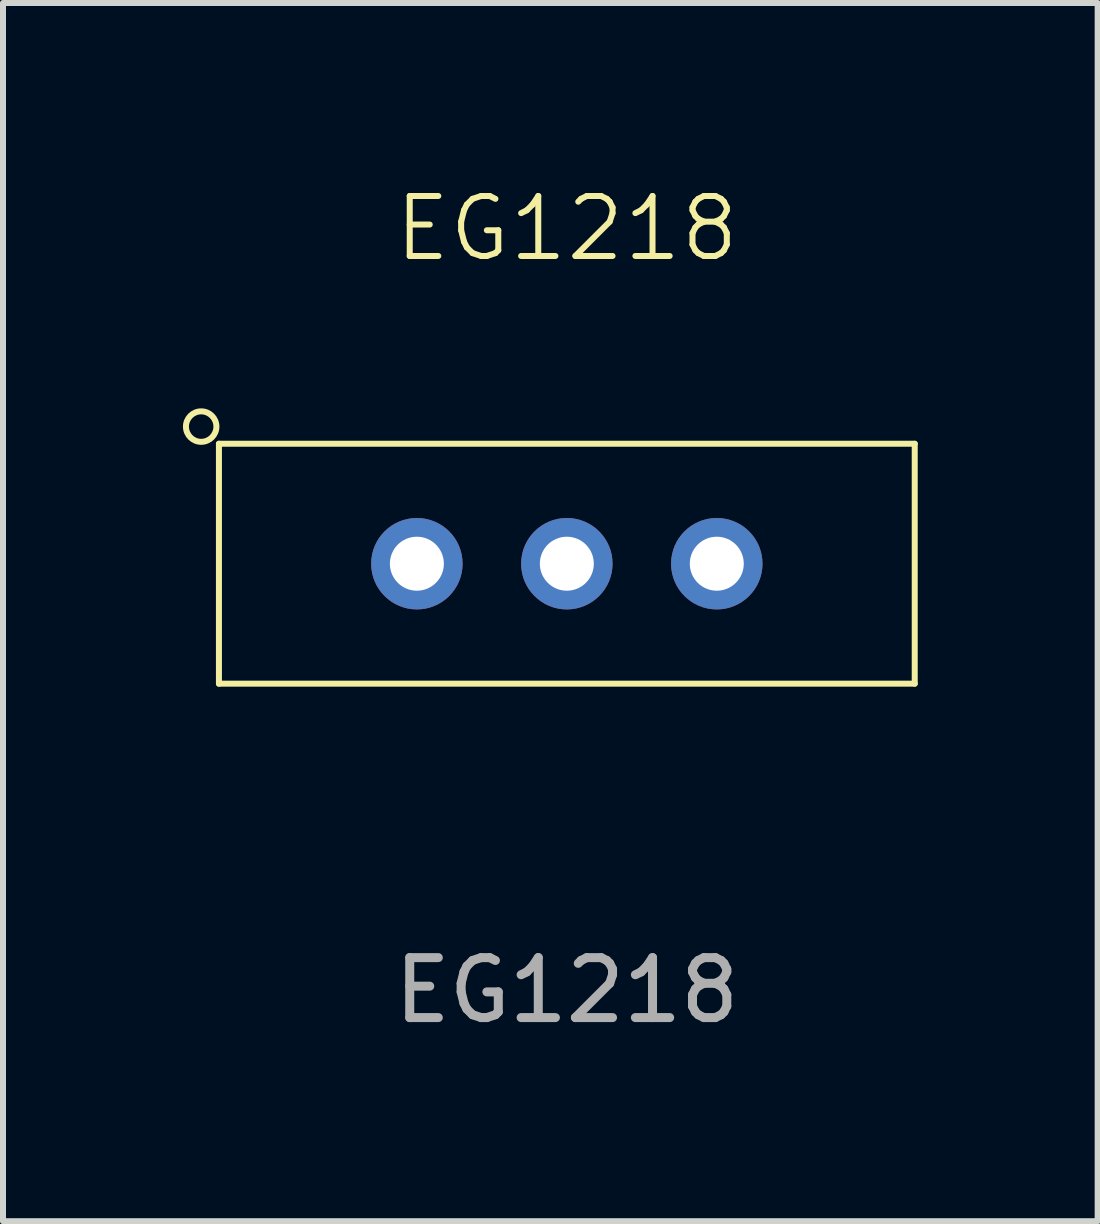
<source format=kicad_pcb>
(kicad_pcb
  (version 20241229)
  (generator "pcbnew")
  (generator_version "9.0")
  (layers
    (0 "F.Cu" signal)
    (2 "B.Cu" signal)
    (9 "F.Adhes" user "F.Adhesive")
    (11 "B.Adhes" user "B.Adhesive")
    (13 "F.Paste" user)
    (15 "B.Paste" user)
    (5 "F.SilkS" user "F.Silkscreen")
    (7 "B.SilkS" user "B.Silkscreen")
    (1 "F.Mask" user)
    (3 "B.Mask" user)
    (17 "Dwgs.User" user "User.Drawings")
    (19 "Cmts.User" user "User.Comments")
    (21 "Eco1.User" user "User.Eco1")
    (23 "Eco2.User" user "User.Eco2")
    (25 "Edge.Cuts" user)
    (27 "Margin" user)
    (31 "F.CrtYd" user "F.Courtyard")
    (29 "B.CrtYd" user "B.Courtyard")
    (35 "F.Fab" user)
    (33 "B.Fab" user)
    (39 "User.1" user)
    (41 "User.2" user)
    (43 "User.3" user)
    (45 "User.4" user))
  (footprint "EG1218"
    (layer "F.Cu")
    (at 6.4 6.348)
    (property "Reference" "EG1218" (at 0 -5.588 0) (unlocked yes) (layer "F.SilkS") (effects (font (size 1 1) (thickness 0.1))))
    (attr through_hole)
    (fp_line (start -5.8 -2) (end -5.8 2) (stroke (width 0.1) (type default)) (layer "F.SilkS"))
    (fp_line (start -5.8 2) (end 5.8 2) (stroke (width 0.1) (type default)) (layer "F.SilkS"))
    (fp_line (start 5.8 -2) (end -5.8 -2) (stroke (width 0.1) (type default)) (layer "F.SilkS"))
    (fp_line (start 5.8 2) (end 5.8 -2) (stroke (width 0.1) (type default)) (layer "F.SilkS"))
    (fp_circle (center -6.096 -2.286) (end -5.842 -2.286) (stroke (width 0.1) (type default)) (fill no) (layer "F.SilkS"))
    (fp_text user "${REFERENCE}" (at 0 7.112 0) (unlocked yes) (layer "F.Fab") (effects (font (size 1 1) (thickness 0.15))))
    (pad "1" thru_hole circle (at -2.5 0) (size 1.524 1.524) (drill 0.9) (layers "*.Cu" "*.Mask"))
    (pad "2" thru_hole circle (at 0 0) (size 1.524 1.524) (drill 0.9) (layers "*.Cu" "*.Mask"))
    (pad "3" thru_hole circle (at 2.5 0) (size 1.524 1.524) (drill 0.9) (layers "*.Cu" "*.Mask")))
  (gr_rect
    (start -3 -3)
    (end 15.25 17.309)
    (stroke (width 0.1) (type default))
    (fill no)
    (layer "Edge.Cuts")))
</source>
